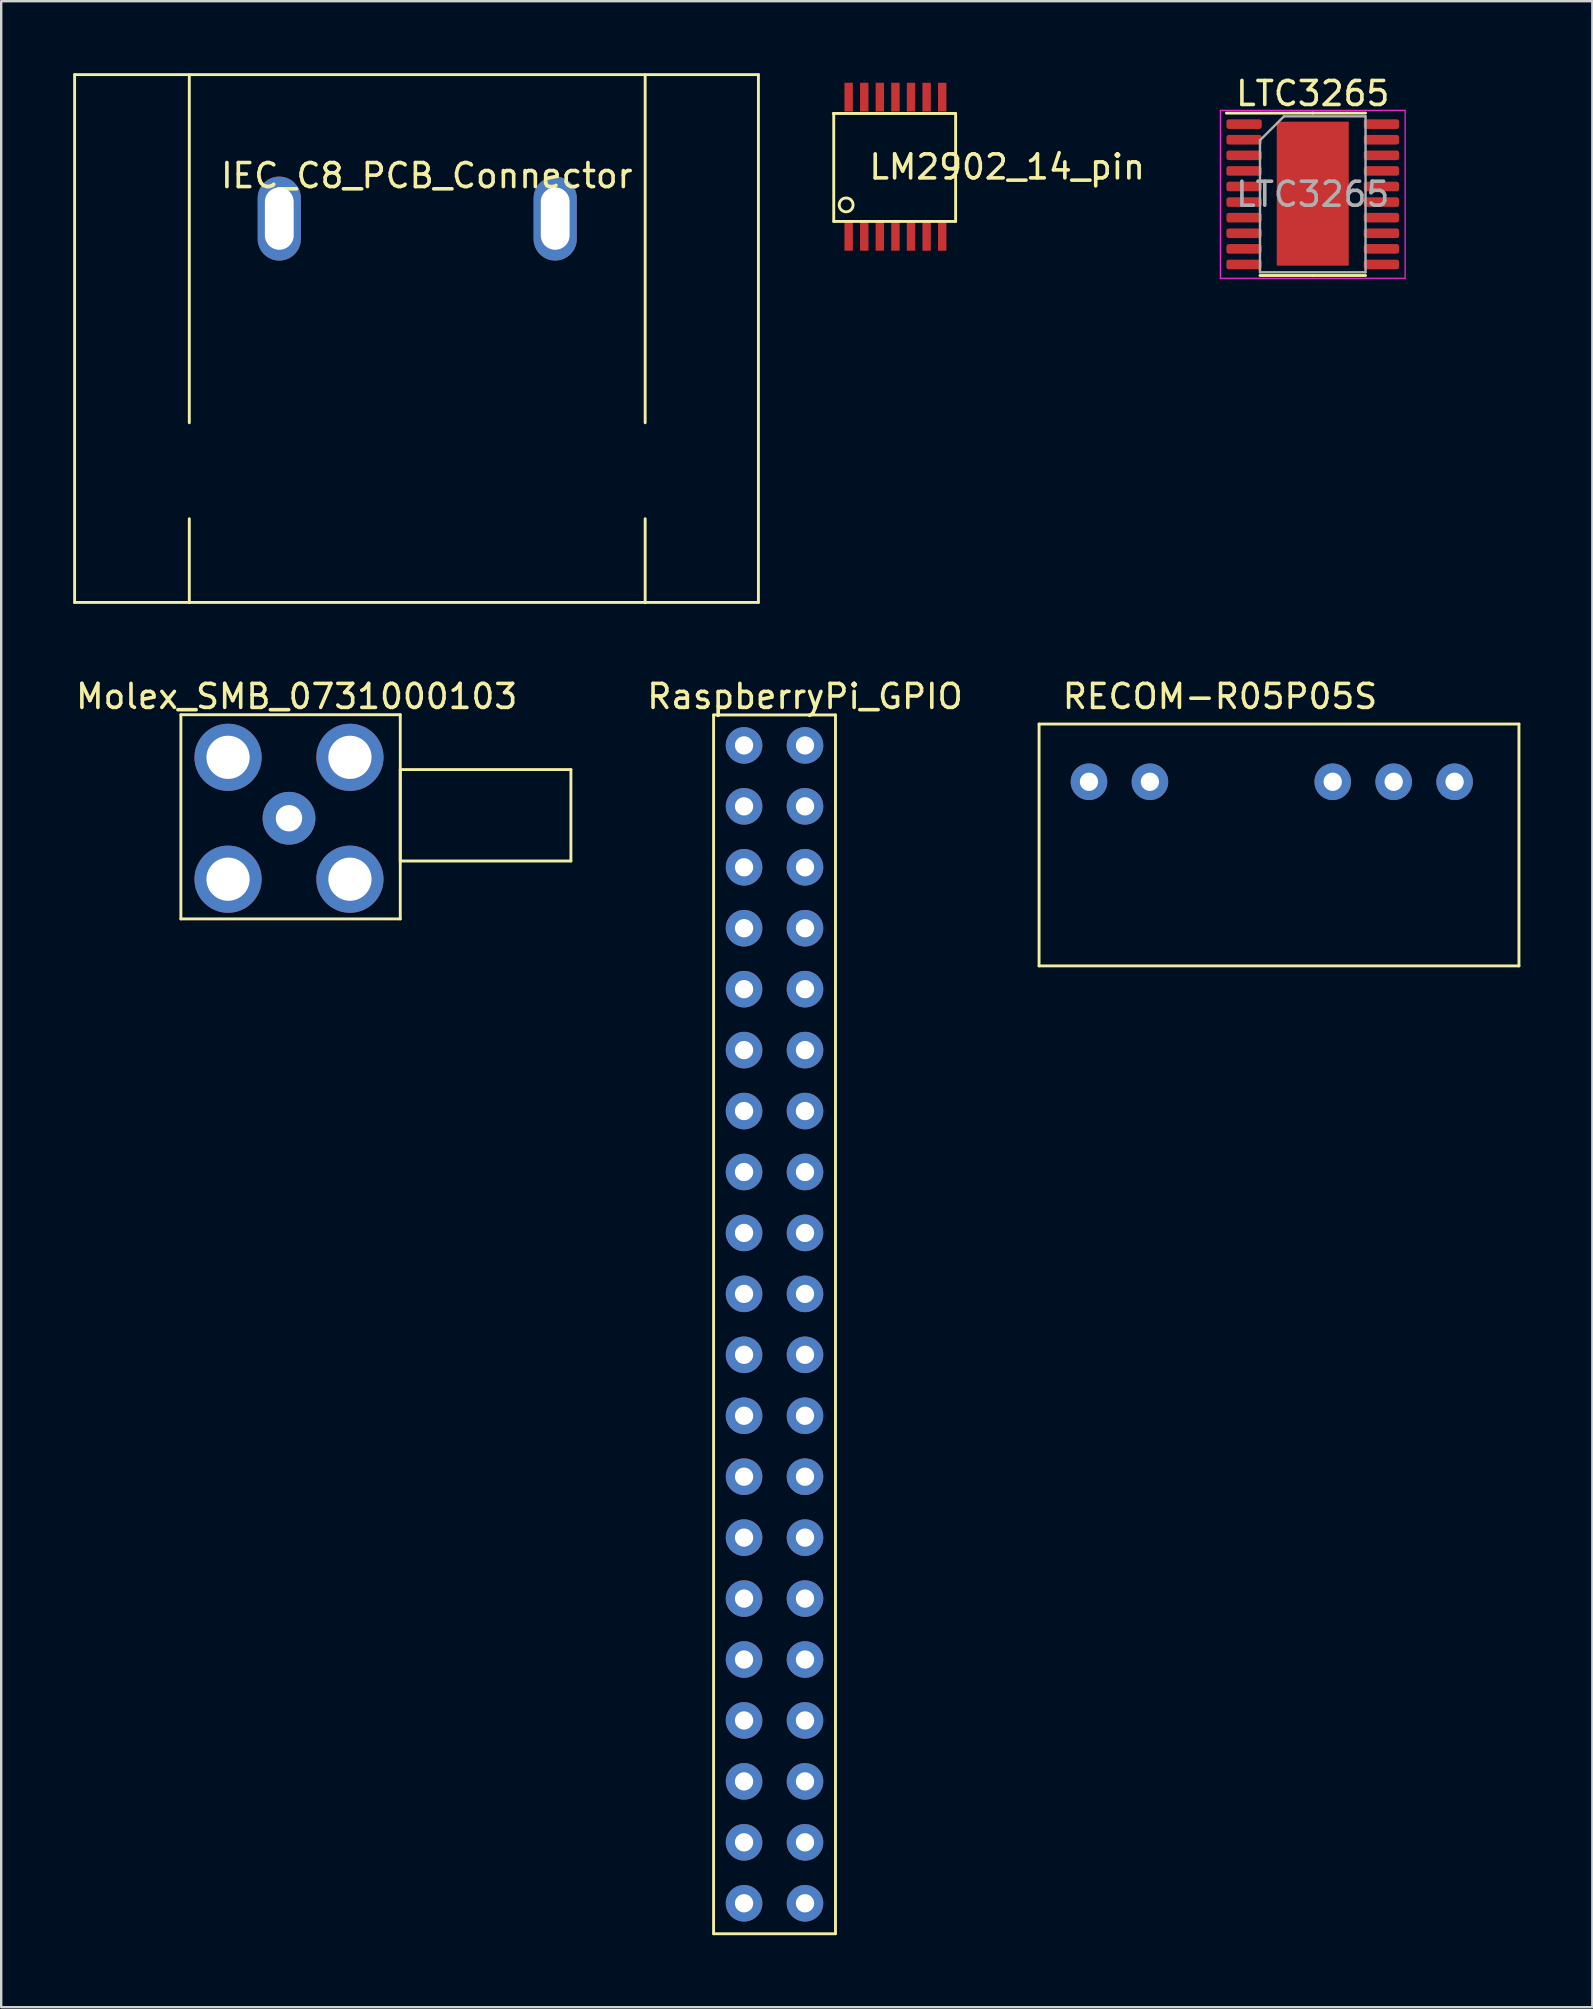
<source format=kicad_pcb>
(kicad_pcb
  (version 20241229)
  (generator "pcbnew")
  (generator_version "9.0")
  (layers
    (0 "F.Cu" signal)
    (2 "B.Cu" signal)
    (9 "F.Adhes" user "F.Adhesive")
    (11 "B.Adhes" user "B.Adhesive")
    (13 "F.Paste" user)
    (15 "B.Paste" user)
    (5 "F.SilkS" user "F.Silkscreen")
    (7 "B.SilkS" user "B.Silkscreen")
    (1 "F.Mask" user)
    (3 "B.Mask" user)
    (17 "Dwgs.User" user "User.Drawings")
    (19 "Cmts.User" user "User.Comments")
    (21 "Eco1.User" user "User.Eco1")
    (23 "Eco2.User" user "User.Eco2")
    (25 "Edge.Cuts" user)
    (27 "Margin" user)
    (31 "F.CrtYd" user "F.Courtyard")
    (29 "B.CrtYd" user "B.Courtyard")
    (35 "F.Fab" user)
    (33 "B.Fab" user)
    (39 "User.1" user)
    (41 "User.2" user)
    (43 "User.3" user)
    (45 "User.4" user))
  (footprint "IEC_C8_PCB_Connector"
    (layer "F.Cu")
    (at 14.34 6.07)
    (property "Reference" "IEC_C8_PCB_Connector" (at 0.4 -1.8 0) (layer "F.SilkS") (effects (font (size 1 1) (thickness 0.15))))
    (attr through_hole)
    (fp_line (start -14.28 -6.01) (end -14.28 15.99) (stroke (width 0.12) (type solid)) (layer "F.SilkS"))
    (fp_line (start -14.28 -6.01) (end 14.22 -6.01) (stroke (width 0.12) (type solid)) (layer "F.SilkS"))
    (fp_line (start -14.28 15.99) (end 14.22 15.99) (stroke (width 0.12) (type solid)) (layer "F.SilkS"))
    (fp_line (start -9.5 8.5) (end -9.5 -6) (stroke (width 0.12) (type solid)) (layer "F.SilkS"))
    (fp_line (start -9.5 12.5) (end -9.5 16) (stroke (width 0.12) (type solid)) (layer "F.SilkS"))
    (fp_line (start 9.5 8.5) (end 9.5 -6) (stroke (width 0.12) (type solid)) (layer "F.SilkS"))
    (fp_line (start 9.5 12.5) (end 9.5 16) (stroke (width 0.12) (type solid)) (layer "F.SilkS"))
    (fp_line (start 14.22 -6.01) (end 14.22 15.99) (stroke (width 0.12) (type solid)) (layer "F.SilkS"))
    (pad "1" thru_hole oval (at -5.75 -0.01) (size 1.8 3.5) (drill oval 1.2 2.6) (layers "*.Cu" "*.Mask"))
    (pad "2" thru_hole oval (at 5.75 -0.01) (size 1.8 3.5) (drill oval 1.2 2.6) (layers "*.Cu" "*.Mask")))
  (footprint "LTC3265"
    (layer "F.Cu")
    (at 51.665 5.048)
    (property "Reference" "LTC3265" (at 0 -4.2 0) (layer "F.SilkS") (effects (font (size 1 1) (thickness 0.15))))
    (attr smd)
    (fp_line (start 0 -3.385) (end -3.6 -3.385) (stroke (width 0.12) (type solid)) (layer "F.SilkS"))
    (fp_line (start 0 -3.385) (end 2.2 -3.385) (stroke (width 0.12) (type solid)) (layer "F.SilkS"))
    (fp_line (start 0 3.385) (end -2.2 3.385) (stroke (width 0.12) (type solid)) (layer "F.SilkS"))
    (fp_line (start 0 3.385) (end 2.2 3.385) (stroke (width 0.12) (type solid)) (layer "F.SilkS"))
    (fp_line (start -3.85 -3.5) (end -3.85 3.5) (stroke (width 0.05) (type solid)) (layer "F.CrtYd"))
    (fp_line (start -3.85 3.5) (end 3.85 3.5) (stroke (width 0.05) (type solid)) (layer "F.CrtYd"))
    (fp_line (start 3.85 -3.5) (end -3.85 -3.5) (stroke (width 0.05) (type solid)) (layer "F.CrtYd"))
    (fp_line (start 3.85 3.5) (end 3.85 -3.5) (stroke (width 0.05) (type solid)) (layer "F.CrtYd"))
    (fp_line (start -2.2 -2.25) (end -1.2 -3.25) (stroke (width 0.1) (type solid)) (layer "F.Fab"))
    (fp_line (start -2.2 3.25) (end -2.2 -2.25) (stroke (width 0.1) (type solid)) (layer "F.Fab"))
    (fp_line (start -1.2 -3.25) (end 2.2 -3.25) (stroke (width 0.1) (type solid)) (layer "F.Fab"))
    (fp_line (start 2.2 -3.25) (end 2.2 3.25) (stroke (width 0.1) (type solid)) (layer "F.Fab"))
    (fp_line (start 2.2 3.25) (end -2.2 3.25) (stroke (width 0.1) (type solid)) (layer "F.Fab"))
    (fp_text user "${REFERENCE}" (at 0 0 0) (layer "F.Fab") (effects (font (size 1 1) (thickness 0.15))))
    (pad "1" smd roundrect (at -2.862 -2.925) (size 1.475 0.4) (layers "F.Cu" "F.Mask" "F.Paste") (roundrect_rratio 0.25))
    (pad "2" smd roundrect (at -2.862 -2.275) (size 1.475 0.4) (layers "F.Cu" "F.Mask" "F.Paste") (roundrect_rratio 0.25))
    (pad "3" smd roundrect (at -2.862 -1.625) (size 1.475 0.4) (layers "F.Cu" "F.Mask" "F.Paste") (roundrect_rratio 0.25))
    (pad "4" smd roundrect (at -2.862 -0.975) (size 1.475 0.4) (layers "F.Cu" "F.Mask" "F.Paste") (roundrect_rratio 0.25))
    (pad "5" smd roundrect (at -2.862 -0.325) (size 1.475 0.4) (layers "F.Cu" "F.Mask" "F.Paste") (roundrect_rratio 0.25))
    (pad "6" smd roundrect (at -2.862 0.325) (size 1.475 0.4) (layers "F.Cu" "F.Mask" "F.Paste") (roundrect_rratio 0.25))
    (pad "7" smd roundrect (at -2.862 0.975) (size 1.475 0.4) (layers "F.Cu" "F.Mask" "F.Paste") (roundrect_rratio 0.25))
    (pad "8" smd roundrect (at -2.862 1.625) (size 1.475 0.4) (layers "F.Cu" "F.Mask" "F.Paste") (roundrect_rratio 0.25))
    (pad "9" smd roundrect (at -2.862 2.275) (size 1.475 0.4) (layers "F.Cu" "F.Mask" "F.Paste") (roundrect_rratio 0.25))
    (pad "10" smd roundrect (at -2.862 2.925) (size 1.475 0.4) (layers "F.Cu" "F.Mask" "F.Paste") (roundrect_rratio 0.25))
    (pad "11" smd roundrect (at 2.862 2.925) (size 1.475 0.4) (layers "F.Cu" "F.Mask" "F.Paste") (roundrect_rratio 0.25))
    (pad "12" smd roundrect (at 2.862 2.275) (size 1.475 0.4) (layers "F.Cu" "F.Mask" "F.Paste") (roundrect_rratio 0.25))
    (pad "13" smd roundrect (at 2.862 1.625) (size 1.475 0.4) (layers "F.Cu" "F.Mask" "F.Paste") (roundrect_rratio 0.25))
    (pad "14" smd roundrect (at 2.862 0.975) (size 1.475 0.4) (layers "F.Cu" "F.Mask" "F.Paste") (roundrect_rratio 0.25))
    (pad "15" smd roundrect (at 2.862 0.325) (size 1.475 0.4) (layers "F.Cu" "F.Mask" "F.Paste") (roundrect_rratio 0.25))
    (pad "16" smd roundrect (at 2.862 -0.325) (size 1.475 0.4) (layers "F.Cu" "F.Mask" "F.Paste") (roundrect_rratio 0.25))
    (pad "17" smd roundrect (at 2.862 -0.975) (size 1.475 0.4) (layers "F.Cu" "F.Mask" "F.Paste") (roundrect_rratio 0.25))
    (pad "18" smd roundrect (at 2.862 -1.625) (size 1.475 0.4) (layers "F.Cu" "F.Mask" "F.Paste") (roundrect_rratio 0.25))
    (pad "19" smd roundrect (at 2.862 -2.275) (size 1.475 0.4) (layers "F.Cu" "F.Mask" "F.Paste") (roundrect_rratio 0.25))
    (pad "20" smd roundrect (at 2.862 -2.925) (size 1.475 0.4) (layers "F.Cu" "F.Mask" "F.Paste") (roundrect_rratio 0.25))
    (pad "21" smd rect (at 0 -0.025) (size 3 6) (layers "F.Cu" "F.Mask" "F.Paste")))
  (footprint "RaspberryPi_GPIO"
    (layer "F.Cu")
    (at 29.232 52.148)
    (property "Reference" "RaspberryPi_GPIO" (at 1.27 -26.17 0) (layer "F.SilkS") (effects (font (size 1 1) (thickness 0.15))))
    (attr through_hole)
    (fp_line (start -2.54 -25.4) (end 2.54 -25.4) (stroke (width 0.12) (type solid)) (layer "F.SilkS"))
    (fp_line (start -2.54 25.4) (end -2.54 -25.4) (stroke (width 0.12) (type solid)) (layer "F.SilkS"))
    (fp_line (start 2.54 -25.4) (end 2.54 25.4) (stroke (width 0.12) (type solid)) (layer "F.SilkS"))
    (fp_line (start 2.54 25.4) (end -2.54 25.4) (stroke (width 0.12) (type solid)) (layer "F.SilkS"))
    (pad "1" thru_hole circle (at -1.27 -24.13) (size 1.524 1.524) (drill 0.762) (layers "*.Cu" "*.Mask"))
    (pad "2" thru_hole circle (at 1.27 -24.13) (size 1.524 1.524) (drill 0.762) (layers "*.Cu" "*.Mask"))
    (pad "3" thru_hole circle (at -1.27 -21.59) (size 1.524 1.524) (drill 0.762) (layers "*.Cu" "*.Mask"))
    (pad "4" thru_hole circle (at 1.27 -21.59) (size 1.524 1.524) (drill 0.762) (layers "*.Cu" "*.Mask"))
    (pad "5" thru_hole circle (at -1.27 -19.05) (size 1.524 1.524) (drill 0.762) (layers "*.Cu" "*.Mask"))
    (pad "6" thru_hole circle (at 1.27 -19.05) (size 1.524 1.524) (drill 0.762) (layers "*.Cu" "*.Mask"))
    (pad "7" thru_hole circle (at -1.27 -16.51) (size 1.524 1.524) (drill 0.762) (layers "*.Cu" "*.Mask"))
    (pad "8" thru_hole circle (at 1.27 -16.51) (size 1.524 1.524) (drill 0.762) (layers "*.Cu" "*.Mask"))
    (pad "9" thru_hole circle (at -1.27 -13.97) (size 1.524 1.524) (drill 0.762) (layers "*.Cu" "*.Mask"))
    (pad "10" thru_hole circle (at 1.27 -13.97) (size 1.524 1.524) (drill 0.762) (layers "*.Cu" "*.Mask"))
    (pad "11" thru_hole circle (at -1.27 -11.43) (size 1.524 1.524) (drill 0.762) (layers "*.Cu" "*.Mask"))
    (pad "12" thru_hole circle (at 1.27 -11.43) (size 1.524 1.524) (drill 0.762) (layers "*.Cu" "*.Mask"))
    (pad "13" thru_hole circle (at -1.27 -8.89) (size 1.524 1.524) (drill 0.762) (layers "*.Cu" "*.Mask"))
    (pad "14" thru_hole circle (at 1.27 -8.89) (size 1.524 1.524) (drill 0.762) (layers "*.Cu" "*.Mask"))
    (pad "15" thru_hole circle (at -1.27 -6.35) (size 1.524 1.524) (drill 0.762) (layers "*.Cu" "*.Mask"))
    (pad "16" thru_hole circle (at 1.27 -6.35) (size 1.524 1.524) (drill 0.762) (layers "*.Cu" "*.Mask"))
    (pad "17" thru_hole circle (at -1.27 -3.81) (size 1.524 1.524) (drill 0.762) (layers "*.Cu" "*.Mask"))
    (pad "18" thru_hole circle (at 1.27 -3.81) (size 1.524 1.524) (drill 0.762) (layers "*.Cu" "*.Mask"))
    (pad "19" thru_hole circle (at -1.27 -1.27) (size 1.524 1.524) (drill 0.762) (layers "*.Cu" "*.Mask"))
    (pad "20" thru_hole circle (at 1.27 -1.27) (size 1.524 1.524) (drill 0.762) (layers "*.Cu" "*.Mask"))
    (pad "21" thru_hole circle (at -1.27 1.27) (size 1.524 1.524) (drill 0.762) (layers "*.Cu" "*.Mask"))
    (pad "22" thru_hole circle (at 1.27 1.27) (size 1.524 1.524) (drill 0.762) (layers "*.Cu" "*.Mask"))
    (pad "23" thru_hole circle (at -1.27 3.81) (size 1.524 1.524) (drill 0.762) (layers "*.Cu" "*.Mask"))
    (pad "24" thru_hole circle (at 1.27 3.81) (size 1.524 1.524) (drill 0.762) (layers "*.Cu" "*.Mask"))
    (pad "25" thru_hole circle (at -1.27 6.35) (size 1.524 1.524) (drill 0.762) (layers "*.Cu" "*.Mask"))
    (pad "26" thru_hole circle (at 1.27 6.35) (size 1.524 1.524) (drill 0.762) (layers "*.Cu" "*.Mask"))
    (pad "27" thru_hole circle (at -1.27 8.89) (size 1.524 1.524) (drill 0.762) (layers "*.Cu" "*.Mask"))
    (pad "28" thru_hole circle (at 1.27 8.89) (size 1.524 1.524) (drill 0.762) (layers "*.Cu" "*.Mask"))
    (pad "29" thru_hole circle (at -1.27 11.43) (size 1.524 1.524) (drill 0.762) (layers "*.Cu" "*.Mask"))
    (pad "30" thru_hole circle (at 1.27 11.43) (size 1.524 1.524) (drill 0.762) (layers "*.Cu" "*.Mask"))
    (pad "31" thru_hole circle (at -1.27 13.97) (size 1.524 1.524) (drill 0.762) (layers "*.Cu" "*.Mask"))
    (pad "32" thru_hole circle (at 1.27 13.97) (size 1.524 1.524) (drill 0.762) (layers "*.Cu" "*.Mask"))
    (pad "33" thru_hole circle (at -1.27 16.51) (size 1.524 1.524) (drill 0.762) (layers "*.Cu" "*.Mask"))
    (pad "34" thru_hole circle (at 1.27 16.51) (size 1.524 1.524) (drill 0.762) (layers "*.Cu" "*.Mask"))
    (pad "35" thru_hole circle (at -1.27 19.05) (size 1.524 1.524) (drill 0.762) (layers "*.Cu" "*.Mask"))
    (pad "36" thru_hole circle (at 1.27 19.05) (size 1.524 1.524) (drill 0.762) (layers "*.Cu" "*.Mask"))
    (pad "37" thru_hole circle (at -1.27 21.59) (size 1.524 1.524) (drill 0.762) (layers "*.Cu" "*.Mask"))
    (pad "38" thru_hole circle (at 1.27 21.59) (size 1.524 1.524) (drill 0.762) (layers "*.Cu" "*.Mask"))
    (pad "39" thru_hole circle (at -1.27 24.13) (size 1.524 1.524) (drill 0.762) (layers "*.Cu" "*.Mask"))
    (pad "40" thru_hole circle (at 1.27 24.13) (size 1.524 1.524) (drill 0.762) (layers "*.Cu" "*.Mask")))
  (footprint "Molex_SMB_0731000103"
    (layer "F.Cu")
    (at 8.934 31.058)
    (property "Reference" "Molex_SMB_0731000103" (at 0.381 -5.08 0) (layer "F.SilkS") (effects (font (size 1 1) (thickness 0.15))))
    (attr through_hole)
    (fp_line (start -4.445 -4.318) (end 4.699 -4.318) (stroke (width 0.12) (type solid)) (layer "F.SilkS"))
    (fp_line (start -4.445 4.191) (end -4.445 -4.318) (stroke (width 0.12) (type solid)) (layer "F.SilkS"))
    (fp_line (start 4.699 -4.318) (end 4.699 4.191) (stroke (width 0.12) (type solid)) (layer "F.SilkS"))
    (fp_line (start 4.699 -2.032) (end 4.699 1.778) (stroke (width 0.12) (type solid)) (layer "F.SilkS"))
    (fp_line (start 4.699 1.778) (end 11.811 1.778) (stroke (width 0.12) (type solid)) (layer "F.SilkS"))
    (fp_line (start 4.699 4.191) (end -4.445 4.191) (stroke (width 0.12) (type solid)) (layer "F.SilkS"))
    (fp_line (start 11.811 -2.032) (end 4.699 -2.032) (stroke (width 0.12) (type solid)) (layer "F.SilkS"))
    (fp_line (start 11.811 1.778) (end 11.811 -2.032) (stroke (width 0.12) (type solid)) (layer "F.SilkS"))
    (pad "1" thru_hole circle (at 0.061 -0.003) (size 2.2 2.2) (drill 1.1) (layers "*.Cu" "*.Mask"))
    (pad "2" thru_hole circle (at -2.479 -2.543) (size 2.8 2.8) (drill 1.8) (layers "*.Cu" "*.Mask"))
    (pad "2" thru_hole circle (at -2.479 2.537) (size 2.8 2.8) (drill 1.8) (layers "*.Cu" "*.Mask"))
    (pad "2" thru_hole circle (at 2.601 -2.543) (size 2.8 2.8) (drill 1.8) (layers "*.Cu" "*.Mask"))
    (pad "2" thru_hole circle (at 2.601 2.537) (size 2.8 2.8) (drill 1.8) (layers "*.Cu" "*.Mask")))
  (footprint "LM2902_14_pin"
    (layer "F.Cu")
    (at 34.226 0.25)
    (property "Reference" "LM2902_14_pin" (at 4.702 3.658 0) (layer "F.SilkS") (effects (font (size 1 1) (thickness 0.15))))
    (attr smd)
    (fp_line (start -2.546 1.429) (end 2.554 1.429) (stroke (width 0.12) (type solid)) (layer "F.SilkS"))
    (fp_line (start -2.526 5.929) (end -2.526 1.429) (stroke (width 0.12) (type solid)) (layer "F.SilkS"))
    (fp_line (start 2.554 1.429) (end 2.554 5.929) (stroke (width 0.12) (type solid)) (layer "F.SilkS"))
    (fp_line (start 2.554 5.929) (end -2.526 5.929) (stroke (width 0.12) (type solid)) (layer "F.SilkS"))
    (fp_circle (center -2.009 5.24) (end -1.829 5.466) (stroke (width 0.12) (type solid)) (fill no) (layer "F.SilkS"))
    (pad "1" smd rect (at -1.905 6.55) (size 0.35 1.2) (layers "F.Cu" "F.Mask" "F.Paste"))
    (pad "2" smd rect (at -1.255 6.55) (size 0.35 1.2) (layers "F.Cu" "F.Mask" "F.Paste"))
    (pad "3" smd rect (at -0.605 6.55) (size 0.35 1.2) (layers "F.Cu" "F.Mask" "F.Paste"))
    (pad "4" smd rect (at 0.045 6.55) (size 0.35 1.2) (layers "F.Cu" "F.Mask" "F.Paste"))
    (pad "5" smd rect (at 0.695 6.55) (size 0.35 1.2) (layers "F.Cu" "F.Mask" "F.Paste"))
    (pad "6" smd rect (at 1.345 6.55) (size 0.35 1.2) (layers "F.Cu" "F.Mask" "F.Paste"))
    (pad "7" smd rect (at 1.995 6.55) (size 0.35 1.2) (layers "F.Cu" "F.Mask" "F.Paste"))
    (pad "8" smd rect (at -1.905 0.749) (size 0.35 1.2) (layers "F.Cu" "F.Mask" "F.Paste"))
    (pad "9" smd rect (at -1.255 0.749) (size 0.35 1.2) (layers "F.Cu" "F.Mask" "F.Paste"))
    (pad "10" smd rect (at -0.605 0.749) (size 0.35 1.2) (layers "F.Cu" "F.Mask" "F.Paste"))
    (pad "11" smd rect (at 0.045 0.749) (size 0.35 1.2) (layers "F.Cu" "F.Mask" "F.Paste"))
    (pad "12" smd rect (at 0.695 0.749) (size 0.35 1.2) (layers "F.Cu" "F.Mask" "F.Paste"))
    (pad "13" smd rect (at 1.345 0.749) (size 0.35 1.2) (layers "F.Cu" "F.Mask" "F.Paste"))
    (pad "14" smd rect (at 1.995 0.749) (size 0.35 1.2) (layers "F.Cu" "F.Mask" "F.Paste")))
  (footprint "RECOM-R05P05S"
    (layer "F.Cu")
    (at 47.418 25.724)
    (property "Reference" "RECOM-R05P05S" (at 0.381 0.254 0) (layer "F.SilkS") (effects (font (size 1 1) (thickness 0.15))))
    (attr through_hole)
    (fp_line (start -7.16 1.404) (end -7.16 11.484) (stroke (width 0.12) (type solid)) (layer "F.SilkS"))
    (fp_line (start 12.841 1.404) (end -7.16 1.404) (stroke (width 0.12) (type solid)) (layer "F.SilkS"))
    (fp_line (start 12.841 11.484) (end -7.16 11.484) (stroke (width 0.12) (type solid)) (layer "F.SilkS"))
    (fp_line (start 12.841 11.484) (end 12.841 1.404) (stroke (width 0.12) (type solid)) (layer "F.SilkS"))
    (pad "1" thru_hole circle (at -5.08 3.81) (size 1.524 1.524) (drill 0.762) (layers "*.Cu" "*.Mask"))
    (pad "2" thru_hole circle (at -2.54 3.81) (size 1.524 1.524) (drill 0.762) (layers "*.Cu" "*.Mask"))
    (pad "5" thru_hole circle (at 5.08 3.81) (size 1.524 1.524) (drill 0.762) (layers "*.Cu" "*.Mask"))
    (pad "6" thru_hole circle (at 7.62 3.81) (size 1.524 1.524) (drill 0.762) (layers "*.Cu" "*.Mask"))
    (pad "7" thru_hole circle (at 10.16 3.81) (size 1.524 1.524) (drill 0.762) (layers "*.Cu" "*.Mask")))
  (gr_rect
    (start -3 -3)
    (end 63.318 80.608)
    (stroke (width 0.1) (type default))
    (fill no)
    (layer "Edge.Cuts")))
</source>
